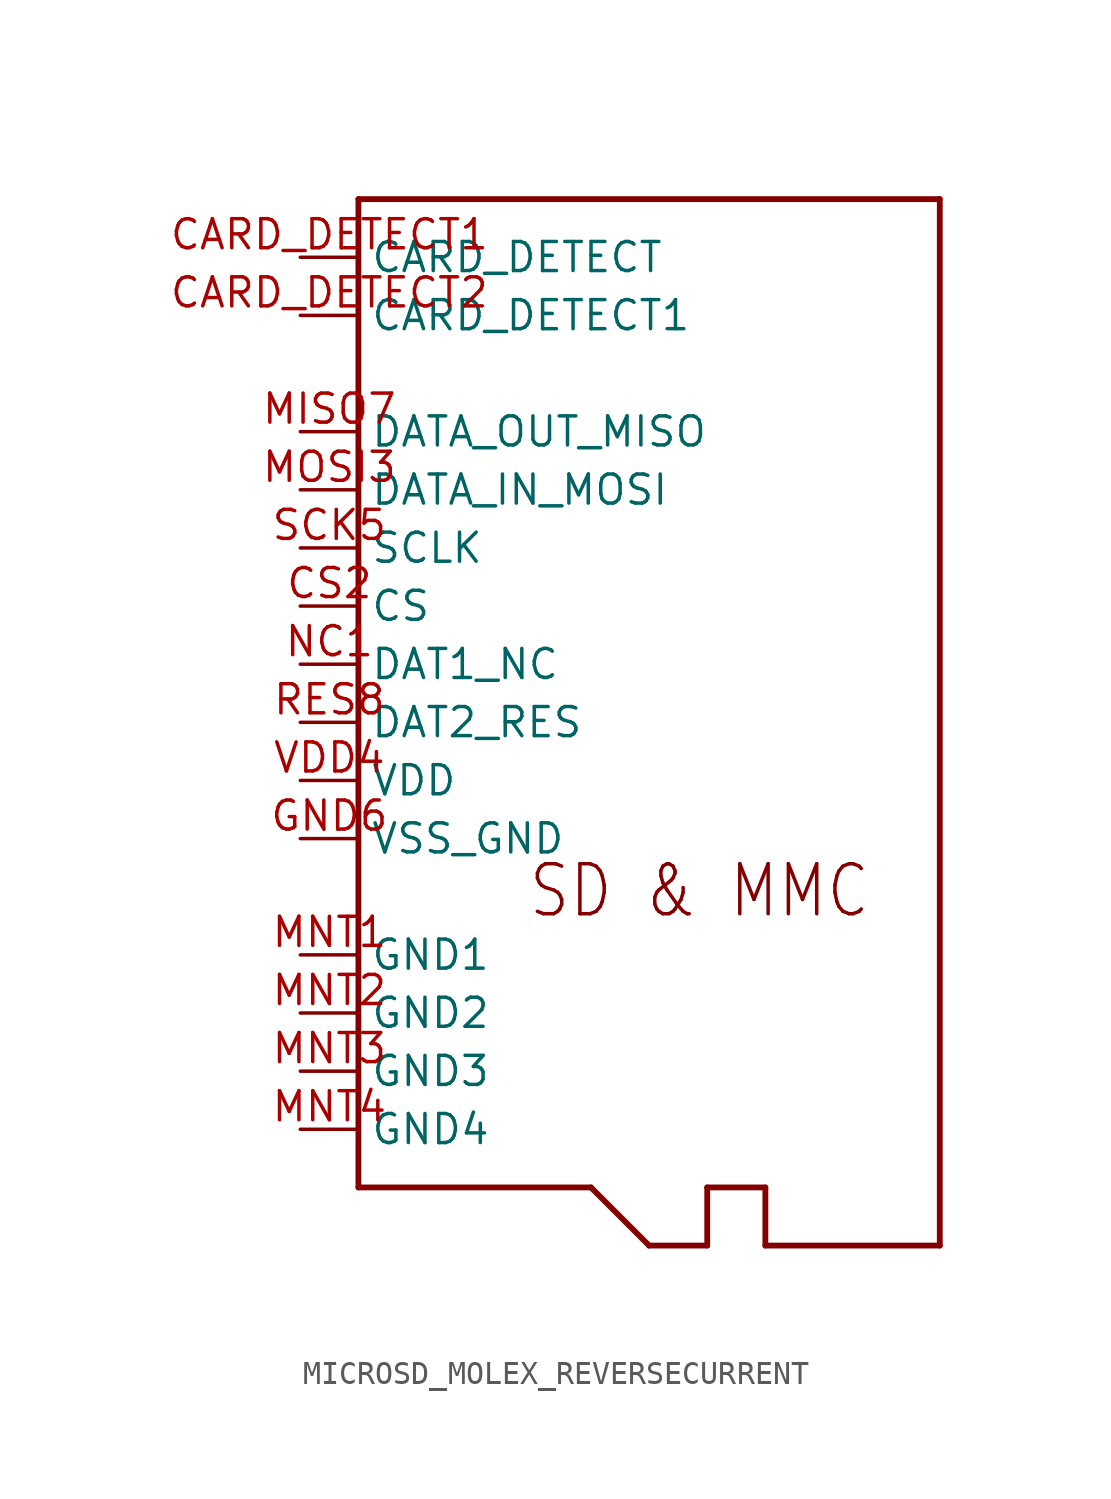
<source format=kicad_sym>
(kicad_symbol_lib
  (version 20211014)
  (generator kicad_symbol_editor)
  (symbol "MICROSD_MOLEX_REVERSECURRENT"
    (property "Reference" ""
      (at 0 0 0)
      (effects (font (size 1.27 1.27)) hide))
    (property "ki_locked" ""
      (at 0 0 0)
      (effects (font (size 1.27 1.27))))
    (symbol "MICROSD_MOLEX_REVERSECURRENT_1_0"
      (polyline (pts (xy -12.7 -20.32) (xy -2.54 -20.32)) (stroke (width 0.254) (type default) (color 0 0 0 0)) (fill (type none)))
      (polyline (pts (xy -12.7 22.86) (xy -12.7 -20.32)) (stroke (width 0.254) (type default) (color 0 0 0 0)) (fill (type none)))
      (polyline (pts (xy -2.54 -20.32) (xy 0 -22.86)) (stroke (width 0.254) (type default) (color 0 0 0 0)) (fill (type none)))
      (polyline (pts (xy 0 -22.86) (xy 2.54 -22.86)) (stroke (width 0.254) (type default) (color 0 0 0 0)) (fill (type none)))
      (polyline (pts (xy 2.54 -22.86) (xy 2.54 -20.32)) (stroke (width 0.254) (type default) (color 0 0 0 0)) (fill (type none)))
      (polyline (pts (xy 2.54 -20.32) (xy 5.08 -20.32)) (stroke (width 0.254) (type default) (color 0 0 0 0)) (fill (type none)))
      (polyline (pts (xy 5.08 -22.86) (xy 12.7 -22.86)) (stroke (width 0.254) (type default) (color 0 0 0 0)) (fill (type none)))
      (polyline (pts (xy 5.08 -20.32) (xy 5.08 -22.86)) (stroke (width 0.254) (type default) (color 0 0 0 0)) (fill (type none)))
      (polyline (pts (xy 12.7 -22.86) (xy 12.7 22.86)) (stroke (width 0.254) (type default) (color 0 0 0 0)) (fill (type none)))
      (polyline (pts (xy 12.7 22.86) (xy -12.7 22.86)) (stroke (width 0.254) (type default) (color 0 0 0 0)) (fill (type none)))
      (text "SD & MMC" (at -5.334 -8.636 0) (effects (font (size 2.184 1.857)) (justify left bottom)))
      (pin passive line (at -15.24 20.32 0) (length 2.54) (name "CARD_DETECT" (effects (font (size 1.27 1.27)))) (number "CARD_DETECT1" (effects (font (size 1.27 1.27)))))
      (pin passive line (at -15.24 17.78 0) (length 2.54) (name "CARD_DETECT1" (effects (font (size 1.27 1.27)))) (number "CARD_DETECT2" (effects (font (size 1.27 1.27)))))
      (pin input line (at -15.24 5.08 0) (length 2.54) (name "CS" (effects (font (size 1.27 1.27)))) (number "CS2" (effects (font (size 1.27 1.27)))))
      (pin power_in line (at -15.24 -5.08 0) (length 2.54) (name "VSS_GND" (effects (font (size 1.27 1.27)))) (number "GND6" (effects (font (size 1.27 1.27)))))
      (pin output line (at -15.24 12.7 0) (length 2.54) (name "DATA_OUT_MISO" (effects (font (size 1.27 1.27)))) (number "MISO7" (effects (font (size 1.27 1.27)))))
      (pin power_in line (at -15.24 -10.16 0) (length 2.54) (name "GND1" (effects (font (size 1.27 1.27)))) (number "MNT1" (effects (font (size 1.27 1.27)))))
      (pin power_in line (at -15.24 -12.7 0) (length 2.54) (name "GND2" (effects (font (size 1.27 1.27)))) (number "MNT2" (effects (font (size 1.27 1.27)))))
      (pin power_in line (at -15.24 -15.24 0) (length 2.54) (name "GND3" (effects (font (size 1.27 1.27)))) (number "MNT3" (effects (font (size 1.27 1.27)))))
      (pin power_in line (at -15.24 -17.78 0) (length 2.54) (name "GND4" (effects (font (size 1.27 1.27)))) (number "MNT4" (effects (font (size 1.27 1.27)))))
      (pin input line (at -15.24 10.16 0) (length 2.54) (name "DATA_IN_MOSI" (effects (font (size 1.27 1.27)))) (number "MOSI3" (effects (font (size 1.27 1.27)))))
      (pin bidirectional line (at -15.24 2.54 0) (length 2.54) (name "DAT1_NC" (effects (font (size 1.27 1.27)))) (number "NC1" (effects (font (size 1.27 1.27)))))
      (pin bidirectional line (at -15.24 0 0) (length 2.54) (name "DAT2_RES" (effects (font (size 1.27 1.27)))) (number "RES8" (effects (font (size 1.27 1.27)))))
      (pin input line (at -15.24 7.62 0) (length 2.54) (name "SCLK" (effects (font (size 1.27 1.27)))) (number "SCK5" (effects (font (size 1.27 1.27)))))
      (pin power_in line (at -15.24 -2.54 0) (length 2.54) (name "VDD" (effects (font (size 1.27 1.27)))) (number "VDD4" (effects (font (size 1.27 1.27))))))))
</source>
